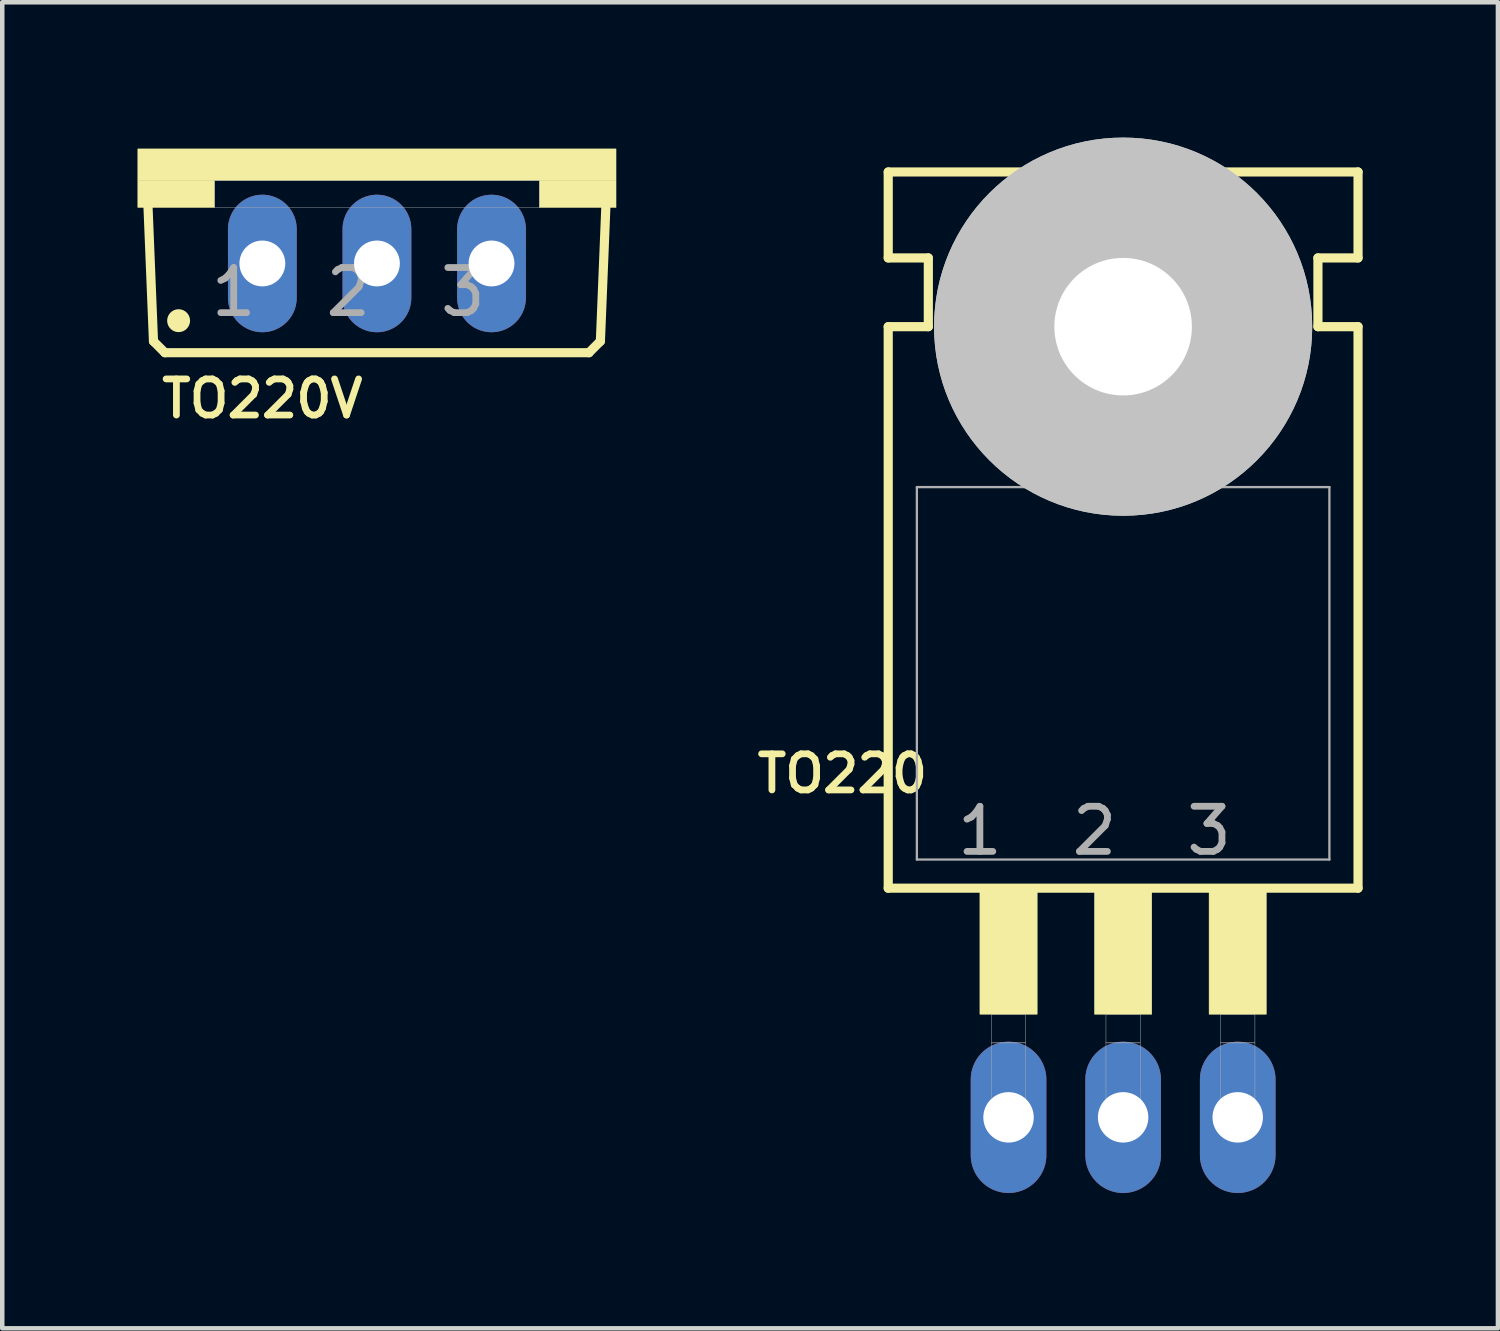
<source format=kicad_pcb>
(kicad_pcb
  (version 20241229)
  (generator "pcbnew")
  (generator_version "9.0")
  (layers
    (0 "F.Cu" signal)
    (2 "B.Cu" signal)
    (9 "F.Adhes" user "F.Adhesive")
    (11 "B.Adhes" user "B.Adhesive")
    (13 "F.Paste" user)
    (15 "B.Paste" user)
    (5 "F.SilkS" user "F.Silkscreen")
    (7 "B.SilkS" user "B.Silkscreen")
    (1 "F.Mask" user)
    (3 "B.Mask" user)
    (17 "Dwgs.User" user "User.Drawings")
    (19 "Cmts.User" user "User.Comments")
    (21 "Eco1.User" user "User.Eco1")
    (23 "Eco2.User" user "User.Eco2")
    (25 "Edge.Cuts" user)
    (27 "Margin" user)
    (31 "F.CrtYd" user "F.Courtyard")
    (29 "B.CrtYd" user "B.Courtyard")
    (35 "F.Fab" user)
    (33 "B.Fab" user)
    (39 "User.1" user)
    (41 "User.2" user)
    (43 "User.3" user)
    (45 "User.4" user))
  (footprint "TO220V"
    (layer "F.Cu")
    (at 5.305 0.25)
    (property "Reference" "TO220V" (at -2.54 5.537 0) (layer "F.SilkS") (effects (font (size 0.8 0.8) (thickness 0.15))))
    (attr through_hole)
    (fp_line (start -4.953 4.264) (end -5.08 1.143) (stroke (width 0.203) (type solid)) (layer "F.SilkS"))
    (fp_line (start -4.953 4.264) (end -4.699 4.518) (stroke (width 0.203) (type solid)) (layer "F.SilkS"))
    (fp_line (start 4.699 4.518) (end -4.699 4.518) (stroke (width 0.203) (type solid)) (layer "F.SilkS"))
    (fp_line (start 4.699 4.518) (end 4.953 4.264) (stroke (width 0.203) (type solid)) (layer "F.SilkS"))
    (fp_line (start 5.08 1.143) (end 4.953 4.264) (stroke (width 0.203) (type solid)) (layer "F.SilkS"))
    (fp_circle (center -4.396 3.808) (end -4.142 3.808) (stroke (width 0) (type solid)) (fill yes) (layer "F.SilkS"))
    (fp_poly (pts (xy -5.3 0) (xy 5.3 0) (xy 5.3 0.7) (xy -5.3 0.7)) (stroke (width 0.01) (type solid)) (fill yes) (layer "F.SilkS"))
    (fp_poly (pts (xy -5.3 0.7) (xy -3.6 0.7) (xy -3.6 1.3) (xy -5.3 1.3)) (stroke (width 0.01) (type solid)) (fill yes) (layer "F.SilkS"))
    (fp_poly (pts (xy 3.6 0.7) (xy 5.3 0.7) (xy 5.3 1.3) (xy 3.6 1.3)) (stroke (width 0.01) (type solid)) (fill yes) (layer "F.SilkS"))
    (fp_poly (pts (xy -3.6 0.7) (xy 3.6 0.7) (xy 3.6 1.3) (xy -3.6 1.3)) (stroke (width 0.01) (type solid)) (fill no) (layer "F.Fab"))
    (fp_text user "1" (at -3.175 3.175 0) (layer "F.Fab") (effects (font (size 1 1) (thickness 0.15))))
    (fp_text user "3" (at 1.905 3.175 0) (layer "F.Fab") (effects (font (size 1 1) (thickness 0.15))))
    (fp_text user "2" (at -0.635 3.175 0) (layer "F.Fab") (effects (font (size 1 1) (thickness 0.15))))
    (pad "1" thru_hole oval (at -2.54 2.54) (size 1.524 3.048) (drill 1.016) (layers "*.Cu" "*.Mask"))
    (pad "2" thru_hole oval (at 0 2.54) (size 1.524 3.048) (drill 1.016) (layers "*.Cu" "*.Mask"))
    (pad "3" thru_hole oval (at 2.54 2.54) (size 1.524 3.048) (drill 1.016) (layers "*.Cu" "*.Mask")))
  (footprint "TO220"
    (layer "F.Cu")
    (at 21.845 15.367)
    (property "Reference" "TO220" (at -6.223 -1.27 180) (layer "F.SilkS") (effects (font (size 0.8 0.8) (thickness 0.15))))
    (attr through_hole)
    (fp_line (start -5.207 -12.7) (end -5.207 -14.605) (stroke (width 0.203) (type solid)) (layer "F.SilkS"))
    (fp_line (start -5.207 -11.176) (end -4.318 -11.176) (stroke (width 0.203) (type solid)) (layer "F.SilkS"))
    (fp_line (start -5.207 1.27) (end -5.207 -11.176) (stroke (width 0.203) (type solid)) (layer "F.SilkS"))
    (fp_line (start -5.207 1.27) (end 5.207 1.27) (stroke (width 0.203) (type solid)) (layer "F.SilkS"))
    (fp_line (start -4.318 -12.7) (end -5.207 -12.7) (stroke (width 0.203) (type solid)) (layer "F.SilkS"))
    (fp_line (start -4.318 -11.176) (end -4.318 -12.7) (stroke (width 0.203) (type solid)) (layer "F.SilkS"))
    (fp_line (start 4.318 -12.7) (end 5.207 -12.7) (stroke (width 0.203) (type solid)) (layer "F.SilkS"))
    (fp_line (start 4.318 -11.176) (end 4.318 -12.7) (stroke (width 0.203) (type solid)) (layer "F.SilkS"))
    (fp_line (start 5.207 -14.605) (end -5.207 -14.605) (stroke (width 0.203) (type solid)) (layer "F.SilkS"))
    (fp_line (start 5.207 -12.7) (end 5.207 -14.605) (stroke (width 0.203) (type solid)) (layer "F.SilkS"))
    (fp_line (start 5.207 -11.176) (end 4.318 -11.176) (stroke (width 0.203) (type solid)) (layer "F.SilkS"))
    (fp_line (start 5.207 1.27) (end 5.207 -11.176) (stroke (width 0.203) (type solid)) (layer "F.SilkS"))
    (fp_circle (center 0 -11.176) (end 1.803 -11.176) (stroke (width 0.203) (type solid)) (fill no) (layer "F.SilkS"))
    (fp_poly (pts (xy -3.175 1.27) (xy -1.905 1.27) (xy -1.905 4.064) (xy -3.175 4.064)) (stroke (width 0.01) (type solid)) (fill yes) (layer "F.SilkS"))
    (fp_poly (pts (xy -0.635 1.27) (xy 0.635 1.27) (xy 0.635 4.064) (xy -0.635 4.064)) (stroke (width 0.01) (type solid)) (fill yes) (layer "F.SilkS"))
    (fp_poly (pts (xy 1.905 1.27) (xy 3.175 1.27) (xy 3.175 4.064) (xy 1.905 4.064)) (stroke (width 0.01) (type solid)) (fill yes) (layer "F.SilkS"))
    (fp_circle (center 0 -11.176) (end 4.191 -11.176) (stroke (width 0) (type solid)) (fill yes) (layer "Dwgs.User"))
    (fp_circle (center 0 -11.176) (end 4.191 -11.176) (stroke (width 0) (type solid)) (fill yes) (layer "Dwgs.User"))
    (fp_line (start -4.572 0.635) (end -4.572 -7.62) (stroke (width 0.051) (type solid)) (layer "F.Fab"))
    (fp_line (start -4.572 0.635) (end 4.572 0.635) (stroke (width 0.051) (type solid)) (layer "F.Fab"))
    (fp_line (start 4.572 -7.62) (end -4.572 -7.62) (stroke (width 0.051) (type solid)) (layer "F.Fab"))
    (fp_line (start 4.572 -7.62) (end 4.572 0.635) (stroke (width 0.051) (type solid)) (layer "F.Fab"))
    (fp_poly (pts (xy -2.921 4.064) (xy -2.159 4.064) (xy -2.159 4.699) (xy -2.921 4.699)) (stroke (width 0.01) (type solid)) (fill no) (layer "F.Fab"))
    (fp_poly (pts (xy -2.921 4.699) (xy -2.159 4.699) (xy -2.159 6.604) (xy -2.921 6.604)) (stroke (width 0.01) (type solid)) (fill no) (layer "F.Fab"))
    (fp_poly (pts (xy -0.381 4.064) (xy 0.381 4.064) (xy 0.381 4.699) (xy -0.381 4.699)) (stroke (width 0.01) (type solid)) (fill no) (layer "F.Fab"))
    (fp_poly (pts (xy -0.381 4.699) (xy 0.381 4.699) (xy 0.381 6.604) (xy -0.381 6.604)) (stroke (width 0.01) (type solid)) (fill no) (layer "F.Fab"))
    (fp_poly (pts (xy 2.159 4.064) (xy 2.921 4.064) (xy 2.921 4.699) (xy 2.159 4.699)) (stroke (width 0.01) (type solid)) (fill no) (layer "F.Fab"))
    (fp_poly (pts (xy 2.159 4.699) (xy 2.921 4.699) (xy 2.921 6.604) (xy 2.159 6.604)) (stroke (width 0.01) (type solid)) (fill no) (layer "F.Fab"))
    (fp_text user "1" (at -3.175 0 0) (layer "F.Fab") (effects (font (size 1 1) (thickness 0.15))))
    (fp_text user "2" (at -0.635 0 0) (layer "F.Fab") (effects (font (size 1 1) (thickness 0.15))))
    (fp_text user "3" (at 1.905 0 0) (layer "F.Fab") (effects (font (size 1 1) (thickness 0.15))))
    (pad "" np_thru_hole circle (at 0 -11.176) (size 3.048 3.048) (drill 3.048) (layers "*.Cu" "*.Mask"))
    (pad "1" thru_hole oval (at -2.54 6.35) (size 1.676 3.353) (drill 1.118) (layers "*.Cu" "*.Mask"))
    (pad "2" thru_hole oval (at 0 6.35) (size 1.676 3.353) (drill 1.118) (layers "*.Cu" "*.Mask"))
    (pad "3" thru_hole oval (at 2.54 6.35) (size 1.676 3.353) (drill 1.118) (layers "*.Cu" "*.Mask")))
  (gr_rect
    (start -3 -3)
    (end 30.153 26.393)
    (stroke (width 0.1) (type default))
    (fill no)
    (layer "Edge.Cuts")))
</source>
